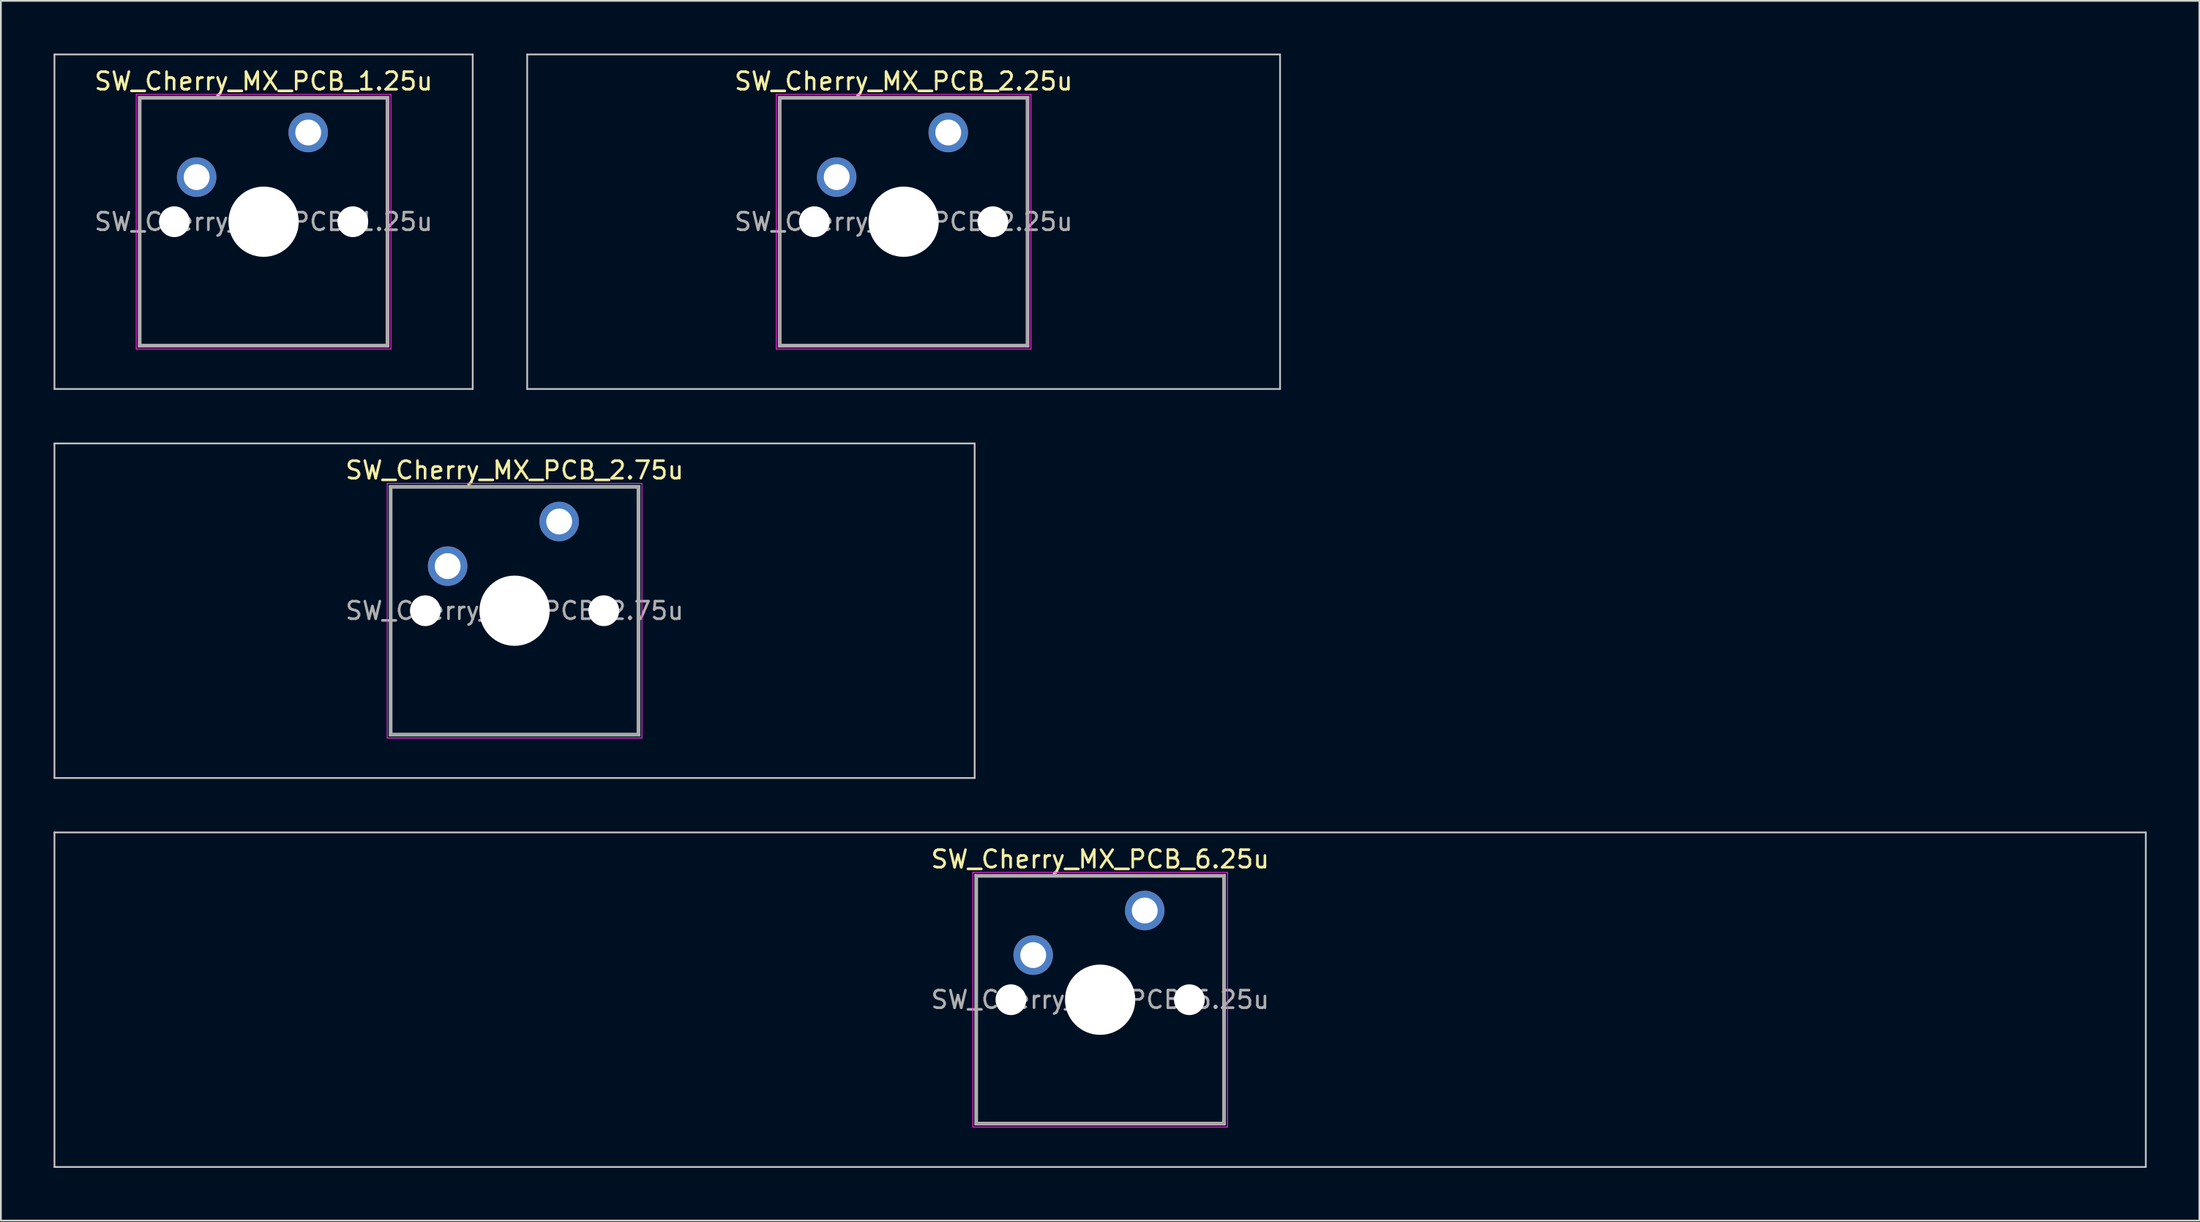
<source format=kicad_pcb>
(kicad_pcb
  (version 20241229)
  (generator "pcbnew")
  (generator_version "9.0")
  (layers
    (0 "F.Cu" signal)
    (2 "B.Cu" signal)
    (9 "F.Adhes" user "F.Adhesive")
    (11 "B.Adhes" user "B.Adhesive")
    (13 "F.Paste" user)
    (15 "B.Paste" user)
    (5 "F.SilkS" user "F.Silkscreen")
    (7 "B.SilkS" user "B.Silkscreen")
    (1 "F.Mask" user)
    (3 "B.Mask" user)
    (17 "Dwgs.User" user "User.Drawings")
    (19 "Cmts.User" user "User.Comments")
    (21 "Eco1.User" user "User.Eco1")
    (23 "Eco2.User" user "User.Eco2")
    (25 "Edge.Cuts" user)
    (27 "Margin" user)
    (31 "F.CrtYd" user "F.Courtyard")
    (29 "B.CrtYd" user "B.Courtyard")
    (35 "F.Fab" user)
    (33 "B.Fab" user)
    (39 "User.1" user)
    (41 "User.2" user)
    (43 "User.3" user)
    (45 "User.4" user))
  (footprint "SW_Cherry_MX_PCB_2.25u"
    (layer "F.Cu")
    (at 48.394 9.575)
    (property "Reference" "SW_Cherry_MX_PCB_2.25u" (at 0 -8 0) (layer "F.SilkS") (effects (font (size 1 1) (thickness 0.15))))
    (attr through_hole)
    (fp_line (start -21.431 -9.525) (end -21.431 9.525) (stroke (width 0.1) (type solid)) (layer "Dwgs.User"))
    (fp_line (start -21.431 9.525) (end 21.431 9.525) (stroke (width 0.1) (type solid)) (layer "Dwgs.User"))
    (fp_line (start 21.431 -9.525) (end -21.431 -9.525) (stroke (width 0.1) (type solid)) (layer "Dwgs.User"))
    (fp_line (start 21.431 9.525) (end 21.431 -9.525) (stroke (width 0.1) (type solid)) (layer "Dwgs.User"))
    (fp_line (start -7.25 -7.25) (end -7.25 7.25) (stroke (width 0.05) (type solid)) (layer "F.CrtYd"))
    (fp_line (start -7.25 7.25) (end 7.25 7.25) (stroke (width 0.05) (type solid)) (layer "F.CrtYd"))
    (fp_line (start 7.25 -7.25) (end -7.25 -7.25) (stroke (width 0.05) (type solid)) (layer "F.CrtYd"))
    (fp_line (start 7.25 7.25) (end 7.25 -7.25) (stroke (width 0.05) (type solid)) (layer "F.CrtYd"))
    (fp_line (start -7.1 -7.1) (end -7.1 7.1) (stroke (width 0.12) (type solid)) (layer "F.Fab"))
    (fp_line (start -7.1 7.1) (end 7.1 7.1) (stroke (width 0.12) (type solid)) (layer "F.Fab"))
    (fp_line (start -7 -7) (end -7 7) (stroke (width 0.1) (type solid)) (layer "F.Fab"))
    (fp_line (start -7 7) (end 7 7) (stroke (width 0.1) (type solid)) (layer "F.Fab"))
    (fp_line (start 7 -7) (end -7 -7) (stroke (width 0.1) (type solid)) (layer "F.Fab"))
    (fp_line (start 7 7) (end 7 -7) (stroke (width 0.1) (type solid)) (layer "F.Fab"))
    (fp_line (start 7.1 -7.1) (end -7.1 -7.1) (stroke (width 0.12) (type solid)) (layer "F.Fab"))
    (fp_line (start 7.1 7.1) (end 7.1 -7.1) (stroke (width 0.12) (type solid)) (layer "F.Fab"))
    (fp_text user "${REFERENCE}" (at 0 0 0) (layer "F.Fab") (effects (font (size 1 1) (thickness 0.15))))
    (pad "" np_thru_hole circle (at -5.08 0) (size 1.75 1.75) (drill 1.75) (layers "*.Cu" "*.Mask"))
    (pad "" np_thru_hole circle (at 0 0) (size 4 4) (drill 4) (layers "*.Cu" "*.Mask"))
    (pad "" np_thru_hole circle (at 5.08 0) (size 1.75 1.75) (drill 1.75) (layers "*.Cu" "*.Mask"))
    (pad "1" thru_hole circle (at -3.81 -2.54) (size 2.25 2.25) (drill 1.47) (layers "*.Cu" "B.Mask"))
    (pad "2" thru_hole circle (at 2.54 -5.08) (size 2.25 2.25) (drill 1.47) (layers "*.Cu" "B.Mask")))
  (footprint "SW_Cherry_MX_PCB_2.75u"
    (layer "F.Cu")
    (at 26.244 31.725)
    (property "Reference" "SW_Cherry_MX_PCB_2.75u" (at 0 -8 0) (layer "F.SilkS") (effects (font (size 1 1) (thickness 0.15))))
    (attr through_hole)
    (fp_line (start -26.194 -9.525) (end -26.194 9.525) (stroke (width 0.1) (type solid)) (layer "Dwgs.User"))
    (fp_line (start -26.194 9.525) (end 26.194 9.525) (stroke (width 0.1) (type solid)) (layer "Dwgs.User"))
    (fp_line (start 26.194 -9.525) (end -26.194 -9.525) (stroke (width 0.1) (type solid)) (layer "Dwgs.User"))
    (fp_line (start 26.194 9.525) (end 26.194 -9.525) (stroke (width 0.1) (type solid)) (layer "Dwgs.User"))
    (fp_line (start -7.25 -7.25) (end -7.25 7.25) (stroke (width 0.05) (type solid)) (layer "F.CrtYd"))
    (fp_line (start -7.25 7.25) (end 7.25 7.25) (stroke (width 0.05) (type solid)) (layer "F.CrtYd"))
    (fp_line (start 7.25 -7.25) (end -7.25 -7.25) (stroke (width 0.05) (type solid)) (layer "F.CrtYd"))
    (fp_line (start 7.25 7.25) (end 7.25 -7.25) (stroke (width 0.05) (type solid)) (layer "F.CrtYd"))
    (fp_line (start -7.1 -7.1) (end -7.1 7.1) (stroke (width 0.12) (type solid)) (layer "F.Fab"))
    (fp_line (start -7.1 7.1) (end 7.1 7.1) (stroke (width 0.12) (type solid)) (layer "F.Fab"))
    (fp_line (start -7 -7) (end -7 7) (stroke (width 0.1) (type solid)) (layer "F.Fab"))
    (fp_line (start -7 7) (end 7 7) (stroke (width 0.1) (type solid)) (layer "F.Fab"))
    (fp_line (start 7 -7) (end -7 -7) (stroke (width 0.1) (type solid)) (layer "F.Fab"))
    (fp_line (start 7 7) (end 7 -7) (stroke (width 0.1) (type solid)) (layer "F.Fab"))
    (fp_line (start 7.1 -7.1) (end -7.1 -7.1) (stroke (width 0.12) (type solid)) (layer "F.Fab"))
    (fp_line (start 7.1 7.1) (end 7.1 -7.1) (stroke (width 0.12) (type solid)) (layer "F.Fab"))
    (fp_text user "${REFERENCE}" (at 0 0 0) (layer "F.Fab") (effects (font (size 1 1) (thickness 0.15))))
    (pad "" np_thru_hole circle (at -5.08 0) (size 1.75 1.75) (drill 1.75) (layers "*.Cu" "*.Mask"))
    (pad "" np_thru_hole circle (at 0 0) (size 4 4) (drill 4) (layers "*.Cu" "*.Mask"))
    (pad "" np_thru_hole circle (at 5.08 0) (size 1.75 1.75) (drill 1.75) (layers "*.Cu" "*.Mask"))
    (pad "1" thru_hole circle (at -3.81 -2.54) (size 2.25 2.25) (drill 1.47) (layers "*.Cu" "B.Mask"))
    (pad "2" thru_hole circle (at 2.54 -5.08) (size 2.25 2.25) (drill 1.47) (layers "*.Cu" "B.Mask")))
  (footprint "SW_Cherry_MX_PCB_6.25u"
    (layer "F.Cu")
    (at 59.581 53.875)
    (property "Reference" "SW_Cherry_MX_PCB_6.25u" (at 0 -8 0) (layer "F.SilkS") (effects (font (size 1 1) (thickness 0.15))))
    (attr through_hole)
    (fp_line (start -59.531 -9.525) (end -59.531 9.525) (stroke (width 0.1) (type solid)) (layer "Dwgs.User"))
    (fp_line (start -59.531 9.525) (end 59.531 9.525) (stroke (width 0.1) (type solid)) (layer "Dwgs.User"))
    (fp_line (start 59.531 -9.525) (end -59.531 -9.525) (stroke (width 0.1) (type solid)) (layer "Dwgs.User"))
    (fp_line (start 59.531 9.525) (end 59.531 -9.525) (stroke (width 0.1) (type solid)) (layer "Dwgs.User"))
    (fp_line (start -7.25 -7.25) (end -7.25 7.25) (stroke (width 0.05) (type solid)) (layer "F.CrtYd"))
    (fp_line (start -7.25 7.25) (end 7.25 7.25) (stroke (width 0.05) (type solid)) (layer "F.CrtYd"))
    (fp_line (start 7.25 -7.25) (end -7.25 -7.25) (stroke (width 0.05) (type solid)) (layer "F.CrtYd"))
    (fp_line (start 7.25 7.25) (end 7.25 -7.25) (stroke (width 0.05) (type solid)) (layer "F.CrtYd"))
    (fp_line (start -7.1 -7.1) (end -7.1 7.1) (stroke (width 0.12) (type solid)) (layer "F.Fab"))
    (fp_line (start -7.1 7.1) (end 7.1 7.1) (stroke (width 0.12) (type solid)) (layer "F.Fab"))
    (fp_line (start -7 -7) (end -7 7) (stroke (width 0.1) (type solid)) (layer "F.Fab"))
    (fp_line (start -7 7) (end 7 7) (stroke (width 0.1) (type solid)) (layer "F.Fab"))
    (fp_line (start 7 -7) (end -7 -7) (stroke (width 0.1) (type solid)) (layer "F.Fab"))
    (fp_line (start 7 7) (end 7 -7) (stroke (width 0.1) (type solid)) (layer "F.Fab"))
    (fp_line (start 7.1 -7.1) (end -7.1 -7.1) (stroke (width 0.12) (type solid)) (layer "F.Fab"))
    (fp_line (start 7.1 7.1) (end 7.1 -7.1) (stroke (width 0.12) (type solid)) (layer "F.Fab"))
    (fp_text user "${REFERENCE}" (at 0 0 0) (layer "F.Fab") (effects (font (size 1 1) (thickness 0.15))))
    (pad "" np_thru_hole circle (at -5.08 0) (size 1.75 1.75) (drill 1.75) (layers "*.Cu" "*.Mask"))
    (pad "" np_thru_hole circle (at 0 0) (size 4 4) (drill 4) (layers "*.Cu" "*.Mask"))
    (pad "" np_thru_hole circle (at 5.08 0) (size 1.75 1.75) (drill 1.75) (layers "*.Cu" "*.Mask"))
    (pad "1" thru_hole circle (at -3.81 -2.54) (size 2.25 2.25) (drill 1.47) (layers "*.Cu" "B.Mask"))
    (pad "2" thru_hole circle (at 2.54 -5.08) (size 2.25 2.25) (drill 1.47) (layers "*.Cu" "B.Mask")))
  (footprint "SW_Cherry_MX_PCB_1.25u"
    (layer "F.Cu")
    (at 11.956 9.575)
    (property "Reference" "SW_Cherry_MX_PCB_1.25u" (at 0 -8 0) (layer "F.SilkS") (effects (font (size 1 1) (thickness 0.15))))
    (attr through_hole)
    (fp_line (start -11.906 -9.525) (end -11.906 9.525) (stroke (width 0.1) (type solid)) (layer "Dwgs.User"))
    (fp_line (start -11.906 9.525) (end 11.906 9.525) (stroke (width 0.1) (type solid)) (layer "Dwgs.User"))
    (fp_line (start 11.906 -9.525) (end -11.906 -9.525) (stroke (width 0.1) (type solid)) (layer "Dwgs.User"))
    (fp_line (start 11.906 9.525) (end 11.906 -9.525) (stroke (width 0.1) (type solid)) (layer "Dwgs.User"))
    (fp_line (start -7.25 -7.25) (end -7.25 7.25) (stroke (width 0.05) (type solid)) (layer "F.CrtYd"))
    (fp_line (start -7.25 7.25) (end 7.25 7.25) (stroke (width 0.05) (type solid)) (layer "F.CrtYd"))
    (fp_line (start 7.25 -7.25) (end -7.25 -7.25) (stroke (width 0.05) (type solid)) (layer "F.CrtYd"))
    (fp_line (start 7.25 7.25) (end 7.25 -7.25) (stroke (width 0.05) (type solid)) (layer "F.CrtYd"))
    (fp_line (start -7.1 -7.1) (end -7.1 7.1) (stroke (width 0.12) (type solid)) (layer "F.Fab"))
    (fp_line (start -7.1 7.1) (end 7.1 7.1) (stroke (width 0.12) (type solid)) (layer "F.Fab"))
    (fp_line (start -7 -7) (end -7 7) (stroke (width 0.1) (type solid)) (layer "F.Fab"))
    (fp_line (start -7 7) (end 7 7) (stroke (width 0.1) (type solid)) (layer "F.Fab"))
    (fp_line (start 7 -7) (end -7 -7) (stroke (width 0.1) (type solid)) (layer "F.Fab"))
    (fp_line (start 7 7) (end 7 -7) (stroke (width 0.1) (type solid)) (layer "F.Fab"))
    (fp_line (start 7.1 -7.1) (end -7.1 -7.1) (stroke (width 0.12) (type solid)) (layer "F.Fab"))
    (fp_line (start 7.1 7.1) (end 7.1 -7.1) (stroke (width 0.12) (type solid)) (layer "F.Fab"))
    (fp_text user "${REFERENCE}" (at 0 0 0) (layer "F.Fab") (effects (font (size 1 1) (thickness 0.15))))
    (pad "" np_thru_hole circle (at -5.08 0) (size 1.75 1.75) (drill 1.75) (layers "*.Cu" "*.Mask"))
    (pad "" np_thru_hole circle (at 0 0) (size 4 4) (drill 4) (layers "*.Cu" "*.Mask"))
    (pad "" np_thru_hole circle (at 5.08 0) (size 1.75 1.75) (drill 1.75) (layers "*.Cu" "*.Mask"))
    (pad "1" thru_hole circle (at -3.81 -2.54) (size 2.25 2.25) (drill 1.47) (layers "*.Cu" "B.Mask"))
    (pad "2" thru_hole circle (at 2.54 -5.08) (size 2.25 2.25) (drill 1.47) (layers "*.Cu" "B.Mask")))
  (gr_rect
    (start -3 -3)
    (end 122.162 66.45)
    (stroke (width 0.1) (type default))
    (fill no)
    (layer "Edge.Cuts")))
</source>
